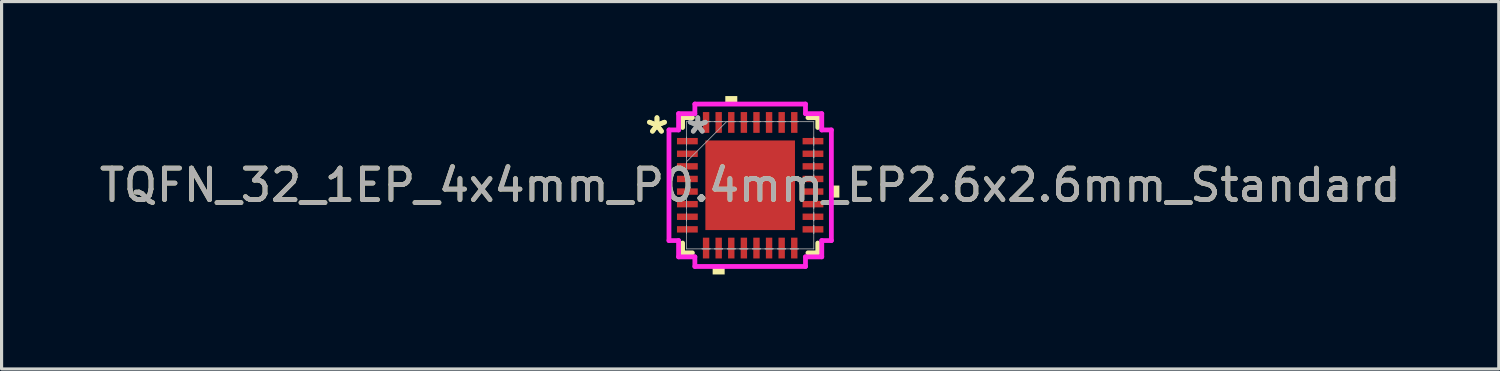
<source format=kicad_pcb>
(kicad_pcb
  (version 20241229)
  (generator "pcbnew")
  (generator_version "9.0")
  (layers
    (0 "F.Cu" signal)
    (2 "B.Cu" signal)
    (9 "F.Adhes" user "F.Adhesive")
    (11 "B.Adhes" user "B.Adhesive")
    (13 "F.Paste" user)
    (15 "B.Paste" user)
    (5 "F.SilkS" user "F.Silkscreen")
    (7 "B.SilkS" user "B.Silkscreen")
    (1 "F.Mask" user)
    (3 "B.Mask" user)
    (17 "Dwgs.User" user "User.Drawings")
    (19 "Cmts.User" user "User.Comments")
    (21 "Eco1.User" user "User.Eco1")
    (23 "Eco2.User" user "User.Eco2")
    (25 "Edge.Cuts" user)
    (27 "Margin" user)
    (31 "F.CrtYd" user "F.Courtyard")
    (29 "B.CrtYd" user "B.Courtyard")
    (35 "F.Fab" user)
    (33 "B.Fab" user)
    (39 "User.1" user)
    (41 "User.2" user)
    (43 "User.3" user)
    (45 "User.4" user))
  (footprint "TQFN_32_1EP_4x4mm_P0.4mm_EP2.6x2.6mm_Standard"
    (layer "F.Cu")
    (at 20.768 2.832)
    (property "Reference" "TQFN_32_1EP_4x4mm_P0.4mm_EP2.6x2.6mm_Standard" (at 0 0 0) (unlocked yes) (layer "F.SilkS") (effects (font (size 1 1) (thickness 0.15))))
    (attr smd)
    (fp_line (start -2.146 -2.146) (end -2.146 -1.834) (stroke (width 0.152) (type solid)) (layer "F.SilkS"))
    (fp_line (start -2.146 1.834) (end -2.146 2.146) (stroke (width 0.152) (type solid)) (layer "F.SilkS"))
    (fp_line (start -2.146 2.146) (end -1.834 2.146) (stroke (width 0.152) (type solid)) (layer "F.SilkS"))
    (fp_line (start -1.834 -2.146) (end -2.146 -2.146) (stroke (width 0.152) (type solid)) (layer "F.SilkS"))
    (fp_line (start 1.834 2.146) (end 2.146 2.146) (stroke (width 0.152) (type solid)) (layer "F.SilkS"))
    (fp_line (start 2.146 -2.146) (end 1.834 -2.146) (stroke (width 0.152) (type solid)) (layer "F.SilkS"))
    (fp_line (start 2.146 -1.834) (end 2.146 -2.146) (stroke (width 0.152) (type solid)) (layer "F.SilkS"))
    (fp_line (start 2.146 2.146) (end 2.146 1.834) (stroke (width 0.152) (type solid)) (layer "F.SilkS"))
    (fp_poly (pts (xy -1.191 2.578) (xy -1.191 2.832) (xy -0.81 2.832) (xy -0.81 2.578)) (stroke (width 0) (type solid)) (fill yes) (layer "F.SilkS"))
    (fp_poly (pts (xy -0.79 -2.578) (xy -0.79 -2.832) (xy -0.409 -2.832) (xy -0.409 -2.578)) (stroke (width 0) (type solid)) (fill yes) (layer "F.SilkS"))
    (fp_poly (pts (xy 2.832 0.009) (xy 2.832 0.391) (xy 2.578 0.391) (xy 2.578 0.009)) (stroke (width 0) (type solid)) (fill yes) (layer "F.SilkS"))
    (fp_poly (pts (xy -1.322 -1.322) (xy -1.322 -0.1) (xy -0.1 -0.1) (xy -0.1 -1.322)) (stroke (width 0) (type solid)) (fill yes) (layer "F.Paste"))
    (fp_poly (pts (xy -1.322 0.1) (xy -1.322 1.322) (xy -0.1 1.322) (xy -0.1 0.1)) (stroke (width 0) (type solid)) (fill yes) (layer "F.Paste"))
    (fp_poly (pts (xy 0.1 -1.322) (xy 0.1 -0.1) (xy 1.322 -0.1) (xy 1.322 -1.322)) (stroke (width 0) (type solid)) (fill yes) (layer "F.Paste"))
    (fp_poly (pts (xy 0.1 0.1) (xy 0.1 1.322) (xy 1.322 1.322) (xy 1.322 0.1)) (stroke (width 0) (type solid)) (fill yes) (layer "F.Paste"))
    (fp_line (start -2.578 -1.756) (end -2.273 -1.756) (stroke (width 0.152) (type solid)) (layer "F.CrtYd"))
    (fp_line (start -2.578 1.756) (end -2.578 -1.756) (stroke (width 0.152) (type solid)) (layer "F.CrtYd"))
    (fp_line (start -2.273 -2.273) (end -1.756 -2.273) (stroke (width 0.152) (type solid)) (layer "F.CrtYd"))
    (fp_line (start -2.273 -1.756) (end -2.273 -2.273) (stroke (width 0.152) (type solid)) (layer "F.CrtYd"))
    (fp_line (start -2.273 1.756) (end -2.578 1.756) (stroke (width 0.152) (type solid)) (layer "F.CrtYd"))
    (fp_line (start -2.273 2.273) (end -2.273 1.756) (stroke (width 0.152) (type solid)) (layer "F.CrtYd"))
    (fp_line (start -1.756 -2.578) (end 1.756 -2.578) (stroke (width 0.152) (type solid)) (layer "F.CrtYd"))
    (fp_line (start -1.756 -2.273) (end -1.756 -2.578) (stroke (width 0.152) (type solid)) (layer "F.CrtYd"))
    (fp_line (start -1.756 2.273) (end -2.273 2.273) (stroke (width 0.152) (type solid)) (layer "F.CrtYd"))
    (fp_line (start -1.756 2.578) (end -1.756 2.273) (stroke (width 0.152) (type solid)) (layer "F.CrtYd"))
    (fp_line (start 1.756 -2.578) (end 1.756 -2.273) (stroke (width 0.152) (type solid)) (layer "F.CrtYd"))
    (fp_line (start 1.756 -2.273) (end 2.273 -2.273) (stroke (width 0.152) (type solid)) (layer "F.CrtYd"))
    (fp_line (start 1.756 2.273) (end 1.756 2.578) (stroke (width 0.152) (type solid)) (layer "F.CrtYd"))
    (fp_line (start 1.756 2.578) (end -1.756 2.578) (stroke (width 0.152) (type solid)) (layer "F.CrtYd"))
    (fp_line (start 2.273 -2.273) (end 2.273 -1.756) (stroke (width 0.152) (type solid)) (layer "F.CrtYd"))
    (fp_line (start 2.273 -1.756) (end 2.578 -1.756) (stroke (width 0.152) (type solid)) (layer "F.CrtYd"))
    (fp_line (start 2.273 1.756) (end 2.273 2.273) (stroke (width 0.152) (type solid)) (layer "F.CrtYd"))
    (fp_line (start 2.273 2.273) (end 1.756 2.273) (stroke (width 0.152) (type solid)) (layer "F.CrtYd"))
    (fp_line (start 2.578 -1.756) (end 2.578 1.756) (stroke (width 0.152) (type solid)) (layer "F.CrtYd"))
    (fp_line (start 2.578 1.756) (end 2.273 1.756) (stroke (width 0.152) (type solid)) (layer "F.CrtYd"))
    (fp_line (start -2.019 -2.019) (end -2.019 -2.019) (stroke (width 0.025) (type solid)) (layer "F.Fab"))
    (fp_line (start -2.019 -2.019) (end -2.019 2.019) (stroke (width 0.025) (type solid)) (layer "F.Fab"))
    (fp_line (start -2.019 -1.527) (end -2.019 -1.527) (stroke (width 0.025) (type solid)) (layer "F.Fab"))
    (fp_line (start -2.019 -1.527) (end -2.019 -1.273) (stroke (width 0.025) (type solid)) (layer "F.Fab"))
    (fp_line (start -2.019 -1.273) (end -2.019 -1.527) (stroke (width 0.025) (type solid)) (layer "F.Fab"))
    (fp_line (start -2.019 -1.273) (end -2.019 -1.273) (stroke (width 0.025) (type solid)) (layer "F.Fab"))
    (fp_line (start -2.019 -1.127) (end -2.019 -1.127) (stroke (width 0.025) (type solid)) (layer "F.Fab"))
    (fp_line (start -2.019 -1.127) (end -2.019 -0.873) (stroke (width 0.025) (type solid)) (layer "F.Fab"))
    (fp_line (start -2.019 -0.873) (end -2.019 -1.127) (stroke (width 0.025) (type solid)) (layer "F.Fab"))
    (fp_line (start -2.019 -0.873) (end -2.019 -0.873) (stroke (width 0.025) (type solid)) (layer "F.Fab"))
    (fp_line (start -2.019 -0.749) (end -0.749 -2.019) (stroke (width 0.025) (type solid)) (layer "F.Fab"))
    (fp_line (start -2.019 -0.727) (end -2.019 -0.727) (stroke (width 0.025) (type solid)) (layer "F.Fab"))
    (fp_line (start -2.019 -0.727) (end -2.019 -0.473) (stroke (width 0.025) (type solid)) (layer "F.Fab"))
    (fp_line (start -2.019 -0.473) (end -2.019 -0.727) (stroke (width 0.025) (type solid)) (layer "F.Fab"))
    (fp_line (start -2.019 -0.473) (end -2.019 -0.473) (stroke (width 0.025) (type solid)) (layer "F.Fab"))
    (fp_line (start -2.019 -0.327) (end -2.019 -0.327) (stroke (width 0.025) (type solid)) (layer "F.Fab"))
    (fp_line (start -2.019 -0.327) (end -2.019 -0.073) (stroke (width 0.025) (type solid)) (layer "F.Fab"))
    (fp_line (start -2.019 -0.073) (end -2.019 -0.327) (stroke (width 0.025) (type solid)) (layer "F.Fab"))
    (fp_line (start -2.019 -0.073) (end -2.019 -0.073) (stroke (width 0.025) (type solid)) (layer "F.Fab"))
    (fp_line (start -2.019 0.073) (end -2.019 0.073) (stroke (width 0.025) (type solid)) (layer "F.Fab"))
    (fp_line (start -2.019 0.073) (end -2.019 0.327) (stroke (width 0.025) (type solid)) (layer "F.Fab"))
    (fp_line (start -2.019 0.327) (end -2.019 0.073) (stroke (width 0.025) (type solid)) (layer "F.Fab"))
    (fp_line (start -2.019 0.327) (end -2.019 0.327) (stroke (width 0.025) (type solid)) (layer "F.Fab"))
    (fp_line (start -2.019 0.473) (end -2.019 0.473) (stroke (width 0.025) (type solid)) (layer "F.Fab"))
    (fp_line (start -2.019 0.473) (end -2.019 0.727) (stroke (width 0.025) (type solid)) (layer "F.Fab"))
    (fp_line (start -2.019 0.727) (end -2.019 0.473) (stroke (width 0.025) (type solid)) (layer "F.Fab"))
    (fp_line (start -2.019 0.727) (end -2.019 0.727) (stroke (width 0.025) (type solid)) (layer "F.Fab"))
    (fp_line (start -2.019 0.873) (end -2.019 0.873) (stroke (width 0.025) (type solid)) (layer "F.Fab"))
    (fp_line (start -2.019 0.873) (end -2.019 1.127) (stroke (width 0.025) (type solid)) (layer "F.Fab"))
    (fp_line (start -2.019 1.127) (end -2.019 0.873) (stroke (width 0.025) (type solid)) (layer "F.Fab"))
    (fp_line (start -2.019 1.127) (end -2.019 1.127) (stroke (width 0.025) (type solid)) (layer "F.Fab"))
    (fp_line (start -2.019 1.273) (end -2.019 1.273) (stroke (width 0.025) (type solid)) (layer "F.Fab"))
    (fp_line (start -2.019 1.273) (end -2.019 1.527) (stroke (width 0.025) (type solid)) (layer "F.Fab"))
    (fp_line (start -2.019 1.527) (end -2.019 1.273) (stroke (width 0.025) (type solid)) (layer "F.Fab"))
    (fp_line (start -2.019 1.527) (end -2.019 1.527) (stroke (width 0.025) (type solid)) (layer "F.Fab"))
    (fp_line (start -2.019 2.019) (end -2.019 2.019) (stroke (width 0.025) (type solid)) (layer "F.Fab"))
    (fp_line (start -2.019 2.019) (end 2.019 2.019) (stroke (width 0.025) (type solid)) (layer "F.Fab"))
    (fp_line (start -1.527 -2.019) (end -1.527 -2.019) (stroke (width 0.025) (type solid)) (layer "F.Fab"))
    (fp_line (start -1.527 -2.019) (end -1.273 -2.019) (stroke (width 0.025) (type solid)) (layer "F.Fab"))
    (fp_line (start -1.527 2.019) (end -1.527 2.019) (stroke (width 0.025) (type solid)) (layer "F.Fab"))
    (fp_line (start -1.527 2.019) (end -1.273 2.019) (stroke (width 0.025) (type solid)) (layer "F.Fab"))
    (fp_line (start -1.273 -2.019) (end -1.527 -2.019) (stroke (width 0.025) (type solid)) (layer "F.Fab"))
    (fp_line (start -1.273 -2.019) (end -1.273 -2.019) (stroke (width 0.025) (type solid)) (layer "F.Fab"))
    (fp_line (start -1.273 2.019) (end -1.527 2.019) (stroke (width 0.025) (type solid)) (layer "F.Fab"))
    (fp_line (start -1.273 2.019) (end -1.273 2.019) (stroke (width 0.025) (type solid)) (layer "F.Fab"))
    (fp_line (start -1.127 -2.019) (end -1.127 -2.019) (stroke (width 0.025) (type solid)) (layer "F.Fab"))
    (fp_line (start -1.127 -2.019) (end -0.873 -2.019) (stroke (width 0.025) (type solid)) (layer "F.Fab"))
    (fp_line (start -1.127 2.019) (end -1.127 2.019) (stroke (width 0.025) (type solid)) (layer "F.Fab"))
    (fp_line (start -1.127 2.019) (end -0.873 2.019) (stroke (width 0.025) (type solid)) (layer "F.Fab"))
    (fp_line (start -0.873 -2.019) (end -1.127 -2.019) (stroke (width 0.025) (type solid)) (layer "F.Fab"))
    (fp_line (start -0.873 -2.019) (end -0.873 -2.019) (stroke (width 0.025) (type solid)) (layer "F.Fab"))
    (fp_line (start -0.873 2.019) (end -1.127 2.019) (stroke (width 0.025) (type solid)) (layer "F.Fab"))
    (fp_line (start -0.873 2.019) (end -0.873 2.019) (stroke (width 0.025) (type solid)) (layer "F.Fab"))
    (fp_line (start -0.727 -2.019) (end -0.727 -2.019) (stroke (width 0.025) (type solid)) (layer "F.Fab"))
    (fp_line (start -0.727 -2.019) (end -0.473 -2.019) (stroke (width 0.025) (type solid)) (layer "F.Fab"))
    (fp_line (start -0.727 2.019) (end -0.727 2.019) (stroke (width 0.025) (type solid)) (layer "F.Fab"))
    (fp_line (start -0.727 2.019) (end -0.473 2.019) (stroke (width 0.025) (type solid)) (layer "F.Fab"))
    (fp_line (start -0.473 -2.019) (end -0.727 -2.019) (stroke (width 0.025) (type solid)) (layer "F.Fab"))
    (fp_line (start -0.473 -2.019) (end -0.473 -2.019) (stroke (width 0.025) (type solid)) (layer "F.Fab"))
    (fp_line (start -0.473 2.019) (end -0.727 2.019) (stroke (width 0.025) (type solid)) (layer "F.Fab"))
    (fp_line (start -0.473 2.019) (end -0.473 2.019) (stroke (width 0.025) (type solid)) (layer "F.Fab"))
    (fp_line (start -0.327 -2.019) (end -0.327 -2.019) (stroke (width 0.025) (type solid)) (layer "F.Fab"))
    (fp_line (start -0.327 -2.019) (end -0.073 -2.019) (stroke (width 0.025) (type solid)) (layer "F.Fab"))
    (fp_line (start -0.327 2.019) (end -0.327 2.019) (stroke (width 0.025) (type solid)) (layer "F.Fab"))
    (fp_line (start -0.327 2.019) (end -0.073 2.019) (stroke (width 0.025) (type solid)) (layer "F.Fab"))
    (fp_line (start -0.073 -2.019) (end -0.327 -2.019) (stroke (width 0.025) (type solid)) (layer "F.Fab"))
    (fp_line (start -0.073 -2.019) (end -0.073 -2.019) (stroke (width 0.025) (type solid)) (layer "F.Fab"))
    (fp_line (start -0.073 2.019) (end -0.327 2.019) (stroke (width 0.025) (type solid)) (layer "F.Fab"))
    (fp_line (start -0.073 2.019) (end -0.073 2.019) (stroke (width 0.025) (type solid)) (layer "F.Fab"))
    (fp_line (start 0.073 -2.019) (end 0.073 -2.019) (stroke (width 0.025) (type solid)) (layer "F.Fab"))
    (fp_line (start 0.073 -2.019) (end 0.327 -2.019) (stroke (width 0.025) (type solid)) (layer "F.Fab"))
    (fp_line (start 0.073 2.019) (end 0.073 2.019) (stroke (width 0.025) (type solid)) (layer "F.Fab"))
    (fp_line (start 0.073 2.019) (end 0.327 2.019) (stroke (width 0.025) (type solid)) (layer "F.Fab"))
    (fp_line (start 0.327 -2.019) (end 0.073 -2.019) (stroke (width 0.025) (type solid)) (layer "F.Fab"))
    (fp_line (start 0.327 -2.019) (end 0.327 -2.019) (stroke (width 0.025) (type solid)) (layer "F.Fab"))
    (fp_line (start 0.327 2.019) (end 0.073 2.019) (stroke (width 0.025) (type solid)) (layer "F.Fab"))
    (fp_line (start 0.327 2.019) (end 0.327 2.019) (stroke (width 0.025) (type solid)) (layer "F.Fab"))
    (fp_line (start 0.473 -2.019) (end 0.473 -2.019) (stroke (width 0.025) (type solid)) (layer "F.Fab"))
    (fp_line (start 0.473 -2.019) (end 0.727 -2.019) (stroke (width 0.025) (type solid)) (layer "F.Fab"))
    (fp_line (start 0.473 2.019) (end 0.473 2.019) (stroke (width 0.025) (type solid)) (layer "F.Fab"))
    (fp_line (start 0.473 2.019) (end 0.727 2.019) (stroke (width 0.025) (type solid)) (layer "F.Fab"))
    (fp_line (start 0.727 -2.019) (end 0.473 -2.019) (stroke (width 0.025) (type solid)) (layer "F.Fab"))
    (fp_line (start 0.727 -2.019) (end 0.727 -2.019) (stroke (width 0.025) (type solid)) (layer "F.Fab"))
    (fp_line (start 0.727 2.019) (end 0.473 2.019) (stroke (width 0.025) (type solid)) (layer "F.Fab"))
    (fp_line (start 0.727 2.019) (end 0.727 2.019) (stroke (width 0.025) (type solid)) (layer "F.Fab"))
    (fp_line (start 0.873 -2.019) (end 0.873 -2.019) (stroke (width 0.025) (type solid)) (layer "F.Fab"))
    (fp_line (start 0.873 -2.019) (end 1.127 -2.019) (stroke (width 0.025) (type solid)) (layer "F.Fab"))
    (fp_line (start 0.873 2.019) (end 0.873 2.019) (stroke (width 0.025) (type solid)) (layer "F.Fab"))
    (fp_line (start 0.873 2.019) (end 1.127 2.019) (stroke (width 0.025) (type solid)) (layer "F.Fab"))
    (fp_line (start 1.127 -2.019) (end 0.873 -2.019) (stroke (width 0.025) (type solid)) (layer "F.Fab"))
    (fp_line (start 1.127 -2.019) (end 1.127 -2.019) (stroke (width 0.025) (type solid)) (layer "F.Fab"))
    (fp_line (start 1.127 2.019) (end 0.873 2.019) (stroke (width 0.025) (type solid)) (layer "F.Fab"))
    (fp_line (start 1.127 2.019) (end 1.127 2.019) (stroke (width 0.025) (type solid)) (layer "F.Fab"))
    (fp_line (start 1.273 -2.019) (end 1.273 -2.019) (stroke (width 0.025) (type solid)) (layer "F.Fab"))
    (fp_line (start 1.273 -2.019) (end 1.527 -2.019) (stroke (width 0.025) (type solid)) (layer "F.Fab"))
    (fp_line (start 1.273 2.019) (end 1.273 2.019) (stroke (width 0.025) (type solid)) (layer "F.Fab"))
    (fp_line (start 1.273 2.019) (end 1.527 2.019) (stroke (width 0.025) (type solid)) (layer "F.Fab"))
    (fp_line (start 1.527 -2.019) (end 1.273 -2.019) (stroke (width 0.025) (type solid)) (layer "F.Fab"))
    (fp_line (start 1.527 -2.019) (end 1.527 -2.019) (stroke (width 0.025) (type solid)) (layer "F.Fab"))
    (fp_line (start 1.527 2.019) (end 1.273 2.019) (stroke (width 0.025) (type solid)) (layer "F.Fab"))
    (fp_line (start 1.527 2.019) (end 1.527 2.019) (stroke (width 0.025) (type solid)) (layer "F.Fab"))
    (fp_line (start 2.019 -2.019) (end -2.019 -2.019) (stroke (width 0.025) (type solid)) (layer "F.Fab"))
    (fp_line (start 2.019 -2.019) (end 2.019 -2.019) (stroke (width 0.025) (type solid)) (layer "F.Fab"))
    (fp_line (start 2.019 -1.527) (end 2.019 -1.527) (stroke (width 0.025) (type solid)) (layer "F.Fab"))
    (fp_line (start 2.019 -1.527) (end 2.019 -1.273) (stroke (width 0.025) (type solid)) (layer "F.Fab"))
    (fp_line (start 2.019 -1.273) (end 2.019 -1.527) (stroke (width 0.025) (type solid)) (layer "F.Fab"))
    (fp_line (start 2.019 -1.273) (end 2.019 -1.273) (stroke (width 0.025) (type solid)) (layer "F.Fab"))
    (fp_line (start 2.019 -1.127) (end 2.019 -1.127) (stroke (width 0.025) (type solid)) (layer "F.Fab"))
    (fp_line (start 2.019 -1.127) (end 2.019 -0.873) (stroke (width 0.025) (type solid)) (layer "F.Fab"))
    (fp_line (start 2.019 -0.873) (end 2.019 -1.127) (stroke (width 0.025) (type solid)) (layer "F.Fab"))
    (fp_line (start 2.019 -0.873) (end 2.019 -0.873) (stroke (width 0.025) (type solid)) (layer "F.Fab"))
    (fp_line (start 2.019 -0.727) (end 2.019 -0.727) (stroke (width 0.025) (type solid)) (layer "F.Fab"))
    (fp_line (start 2.019 -0.727) (end 2.019 -0.473) (stroke (width 0.025) (type solid)) (layer "F.Fab"))
    (fp_line (start 2.019 -0.473) (end 2.019 -0.727) (stroke (width 0.025) (type solid)) (layer "F.Fab"))
    (fp_line (start 2.019 -0.473) (end 2.019 -0.473) (stroke (width 0.025) (type solid)) (layer "F.Fab"))
    (fp_line (start 2.019 -0.327) (end 2.019 -0.327) (stroke (width 0.025) (type solid)) (layer "F.Fab"))
    (fp_line (start 2.019 -0.327) (end 2.019 -0.073) (stroke (width 0.025) (type solid)) (layer "F.Fab"))
    (fp_line (start 2.019 -0.073) (end 2.019 -0.327) (stroke (width 0.025) (type solid)) (layer "F.Fab"))
    (fp_line (start 2.019 -0.073) (end 2.019 -0.073) (stroke (width 0.025) (type solid)) (layer "F.Fab"))
    (fp_line (start 2.019 0.073) (end 2.019 0.073) (stroke (width 0.025) (type solid)) (layer "F.Fab"))
    (fp_line (start 2.019 0.073) (end 2.019 0.327) (stroke (width 0.025) (type solid)) (layer "F.Fab"))
    (fp_line (start 2.019 0.327) (end 2.019 0.073) (stroke (width 0.025) (type solid)) (layer "F.Fab"))
    (fp_line (start 2.019 0.327) (end 2.019 0.327) (stroke (width 0.025) (type solid)) (layer "F.Fab"))
    (fp_line (start 2.019 0.473) (end 2.019 0.473) (stroke (width 0.025) (type solid)) (layer "F.Fab"))
    (fp_line (start 2.019 0.473) (end 2.019 0.727) (stroke (width 0.025) (type solid)) (layer "F.Fab"))
    (fp_line (start 2.019 0.727) (end 2.019 0.473) (stroke (width 0.025) (type solid)) (layer "F.Fab"))
    (fp_line (start 2.019 0.727) (end 2.019 0.727) (stroke (width 0.025) (type solid)) (layer "F.Fab"))
    (fp_line (start 2.019 0.873) (end 2.019 0.873) (stroke (width 0.025) (type solid)) (layer "F.Fab"))
    (fp_line (start 2.019 0.873) (end 2.019 1.127) (stroke (width 0.025) (type solid)) (layer "F.Fab"))
    (fp_line (start 2.019 1.127) (end 2.019 0.873) (stroke (width 0.025) (type solid)) (layer "F.Fab"))
    (fp_line (start 2.019 1.127) (end 2.019 1.127) (stroke (width 0.025) (type solid)) (layer "F.Fab"))
    (fp_line (start 2.019 1.273) (end 2.019 1.273) (stroke (width 0.025) (type solid)) (layer "F.Fab"))
    (fp_line (start 2.019 1.273) (end 2.019 1.527) (stroke (width 0.025) (type solid)) (layer "F.Fab"))
    (fp_line (start 2.019 1.527) (end 2.019 1.273) (stroke (width 0.025) (type solid)) (layer "F.Fab"))
    (fp_line (start 2.019 1.527) (end 2.019 1.527) (stroke (width 0.025) (type solid)) (layer "F.Fab"))
    (fp_line (start 2.019 2.019) (end 2.019 -2.019) (stroke (width 0.025) (type solid)) (layer "F.Fab"))
    (fp_line (start 2.019 2.019) (end 2.019 2.019) (stroke (width 0.025) (type solid)) (layer "F.Fab"))
    (fp_text user "*" (at -2.959 -1.6 0) (unlocked yes) (layer "F.SilkS") (effects (font (size 1 1) (thickness 0.15))))
    (fp_text user "*" (at -2.959 -1.6 0) (layer "F.SilkS") (effects (font (size 1 1) (thickness 0.15))))
    (fp_text user "${REFERENCE}" (at 0 0 0) (unlocked yes) (layer "F.Fab") (effects (font (size 1 1) (thickness 0.15))))
    (fp_text user "*" (at -1.664 -1.6 0) (layer "F.Fab") (effects (font (size 1 1) (thickness 0.15))))
    (fp_text user "*" (at -1.664 -1.6 0) (unlocked yes) (layer "F.Fab") (effects (font (size 1 1) (thickness 0.15))))
    (pad "1" smd rect (at -1.994 -1.4 90) (size 0.203 0.66) (layers "F.Cu" "F.Mask" "F.Paste"))
    (pad "2" smd rect (at -1.994 -1 90) (size 0.203 0.66) (layers "F.Cu" "F.Mask" "F.Paste"))
    (pad "3" smd rect (at -1.994 -0.6 90) (size 0.203 0.66) (layers "F.Cu" "F.Mask" "F.Paste"))
    (pad "4" smd rect (at -1.994 -0.2 90) (size 0.203 0.66) (layers "F.Cu" "F.Mask" "F.Paste"))
    (pad "5" smd rect (at -1.994 0.2 90) (size 0.203 0.66) (layers "F.Cu" "F.Mask" "F.Paste"))
    (pad "6" smd rect (at -1.994 0.6 90) (size 0.203 0.66) (layers "F.Cu" "F.Mask" "F.Paste"))
    (pad "7" smd rect (at -1.994 1 90) (size 0.203 0.66) (layers "F.Cu" "F.Mask" "F.Paste"))
    (pad "8" smd rect (at -1.994 1.4 90) (size 0.203 0.66) (layers "F.Cu" "F.Mask" "F.Paste"))
    (pad "9" smd rect (at -1.4 1.994) (size 0.203 0.66) (layers "F.Cu" "F.Mask" "F.Paste"))
    (pad "10" smd rect (at -1 1.994) (size 0.203 0.66) (layers "F.Cu" "F.Mask" "F.Paste"))
    (pad "11" smd rect (at -0.6 1.994) (size 0.203 0.66) (layers "F.Cu" "F.Mask" "F.Paste"))
    (pad "12" smd rect (at -0.2 1.994) (size 0.203 0.66) (layers "F.Cu" "F.Mask" "F.Paste"))
    (pad "13" smd rect (at 0.2 1.994) (size 0.203 0.66) (layers "F.Cu" "F.Mask" "F.Paste"))
    (pad "14" smd rect (at 0.6 1.994) (size 0.203 0.66) (layers "F.Cu" "F.Mask" "F.Paste"))
    (pad "15" smd rect (at 1 1.994) (size 0.203 0.66) (layers "F.Cu" "F.Mask" "F.Paste"))
    (pad "16" smd rect (at 1.4 1.994) (size 0.203 0.66) (layers "F.Cu" "F.Mask" "F.Paste"))
    (pad "17" smd rect (at 1.994 1.4 90) (size 0.203 0.66) (layers "F.Cu" "F.Mask" "F.Paste"))
    (pad "18" smd rect (at 1.994 1 90) (size 0.203 0.66) (layers "F.Cu" "F.Mask" "F.Paste"))
    (pad "19" smd rect (at 1.994 0.6 90) (size 0.203 0.66) (layers "F.Cu" "F.Mask" "F.Paste"))
    (pad "20" smd rect (at 1.994 0.2 90) (size 0.203 0.66) (layers "F.Cu" "F.Mask" "F.Paste"))
    (pad "21" smd rect (at 1.994 -0.2 90) (size 0.203 0.66) (layers "F.Cu" "F.Mask" "F.Paste"))
    (pad "22" smd rect (at 1.994 -0.6 90) (size 0.203 0.66) (layers "F.Cu" "F.Mask" "F.Paste"))
    (pad "23" smd rect (at 1.994 -1 90) (size 0.203 0.66) (layers "F.Cu" "F.Mask" "F.Paste"))
    (pad "24" smd rect (at 1.994 -1.4 90) (size 0.203 0.66) (layers "F.Cu" "F.Mask" "F.Paste"))
    (pad "25" smd rect (at 1.4 -1.994) (size 0.203 0.66) (layers "F.Cu" "F.Mask" "F.Paste"))
    (pad "26" smd rect (at 1 -1.994) (size 0.203 0.66) (layers "F.Cu" "F.Mask" "F.Paste"))
    (pad "27" smd rect (at 0.6 -1.994) (size 0.203 0.66) (layers "F.Cu" "F.Mask" "F.Paste"))
    (pad "28" smd rect (at 0.2 -1.994) (size 0.203 0.66) (layers "F.Cu" "F.Mask" "F.Paste"))
    (pad "29" smd rect (at -0.2 -1.994) (size 0.203 0.66) (layers "F.Cu" "F.Mask" "F.Paste"))
    (pad "30" smd rect (at -0.6 -1.994) (size 0.203 0.66) (layers "F.Cu" "F.Mask" "F.Paste"))
    (pad "31" smd rect (at -1 -1.994) (size 0.203 0.66) (layers "F.Cu" "F.Mask" "F.Paste"))
    (pad "32" smd rect (at -1.4 -1.994) (size 0.203 0.66) (layers "F.Cu" "F.Mask" "F.Paste"))
    (pad "33" smd rect (at 0 0) (size 2.845 2.845) (layers "F.Cu" "F.Mask" "F.Paste")))
  (gr_rect
    (start -3 -3)
    (end 44.536 8.664)
    (stroke (width 0.1) (type default))
    (fill no)
    (layer "Edge.Cuts")))
</source>
